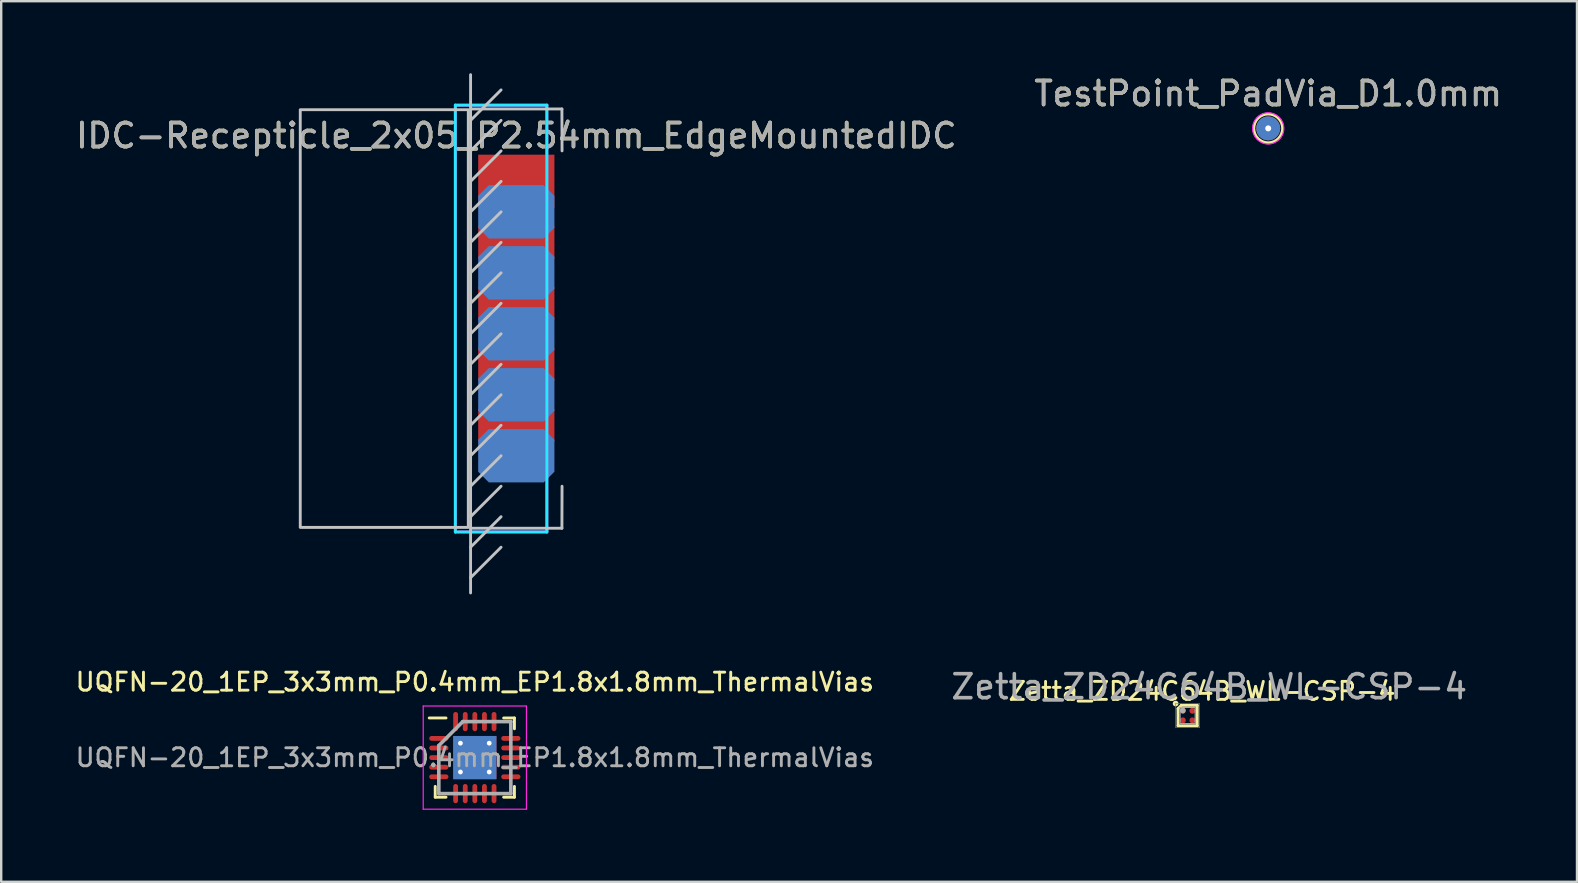
<source format=kicad_pcb>
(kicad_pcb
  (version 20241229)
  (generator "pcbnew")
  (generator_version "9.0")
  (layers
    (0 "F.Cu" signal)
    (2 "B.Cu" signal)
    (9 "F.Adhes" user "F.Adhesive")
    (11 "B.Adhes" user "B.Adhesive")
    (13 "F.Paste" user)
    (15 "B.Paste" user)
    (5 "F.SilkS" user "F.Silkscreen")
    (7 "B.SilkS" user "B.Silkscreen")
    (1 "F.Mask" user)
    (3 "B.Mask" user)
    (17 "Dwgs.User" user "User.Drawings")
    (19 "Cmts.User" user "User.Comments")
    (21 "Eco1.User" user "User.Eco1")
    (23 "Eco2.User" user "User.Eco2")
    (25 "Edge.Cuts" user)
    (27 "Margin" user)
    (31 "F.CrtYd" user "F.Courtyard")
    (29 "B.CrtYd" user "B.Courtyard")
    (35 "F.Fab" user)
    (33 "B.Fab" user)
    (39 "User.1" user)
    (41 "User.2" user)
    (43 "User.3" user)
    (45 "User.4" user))
  (footprint "Zetta_ZD24C64B_WL-CSP-4"
    (layer "F.Cu")
    (at 46.223 26.558)
    (property "Reference" "Zetta_ZD24C64B_WL-CSP-4" (at 0.8 -0.815 0) (unlocked yes) (layer "F.SilkS") (effects (font (size 0.75 0.75) (thickness 0.12))))
    (attr smd)
    (fp_line (start -0.2 -0.09) (end -0.2 0.625) (stroke (width 0.12) (type solid)) (layer "F.SilkS"))
    (fp_line (start -0.2 -0.09) (end -0.065 -0.225) (stroke (width 0.12) (type solid)) (layer "F.SilkS"))
    (fp_line (start -0.2 0.625) (end 0.6 0.625) (stroke (width 0.12) (type solid)) (layer "F.SilkS"))
    (fp_line (start 0.6 -0.225) (end -0.065 -0.225) (stroke (width 0.12) (type solid)) (layer "F.SilkS"))
    (fp_line (start 0.6 0.625) (end 0.6 -0.225) (stroke (width 0.12) (type solid)) (layer "F.SilkS"))
    (fp_circle (center -0.3 -0.3) (end -0.18 -0.3) (stroke (width 0) (type solid)) (fill yes) (layer "F.SilkS"))
    (fp_line (start -0.3 -0.3) (end -0.3 0.7) (stroke (width 0.025) (type solid)) (layer "F.CrtYd"))
    (fp_line (start -0.3 0.7) (end 0.7 0.7) (stroke (width 0.025) (type solid)) (layer "F.CrtYd"))
    (fp_line (start 0.7 -0.3) (end -0.3 -0.3) (stroke (width 0.025) (type solid)) (layer "F.CrtYd"))
    (fp_line (start 0.7 0.7) (end 0.7 -0.3) (stroke (width 0.025) (type solid)) (layer "F.CrtYd"))
    (fp_line (start -0.116 -0.139) (end -0.116 0.539) (stroke (width 0.05) (type solid)) (layer "F.Fab"))
    (fp_line (start -0.116 -0.139) (end 0.516 -0.139) (stroke (width 0.05) (type solid)) (layer "F.Fab"))
    (fp_line (start -0.116 0.539) (end 0.516 0.539) (stroke (width 0.05) (type solid)) (layer "F.Fab"))
    (fp_line (start 0.516 -0.139) (end 0.516 0.539) (stroke (width 0.05) (type solid)) (layer "F.Fab"))
    (fp_circle (center 0 -0.01) (end 0.000001 -0.01) (stroke (width 0.12) (type solid)) (fill no) (layer "F.Fab"))
    (fp_text user "${REFERENCE}" (at 1.1 -1 0) (unlocked yes) (layer "F.Fab") (effects (font (size 1 1) (thickness 0.15))))
    (pad "A1" smd circle (at 0 0) (size 0.25 0.25) (layers "F.Cu" "F.Mask" "F.Paste"))
    (pad "A2" smd circle (at 0.4 0) (size 0.25 0.25) (layers "F.Cu" "F.Mask" "F.Paste"))
    (pad "B1" smd circle (at 0 0.4) (size 0.25 0.25) (layers "F.Cu" "F.Mask" "F.Paste"))
    (pad "B2" smd circle (at 0.4 0.4) (size 0.25 0.25) (layers "F.Cu" "F.Mask" "F.Paste")))
  (footprint "UQFN-20_1EP_3x3mm_P0.4mm_EP1.8x1.8mm_ThermalVias"
    (layer "F.Cu")
    (at 16.73 28.509)
    (property "Reference" "UQFN-20_1EP_3x3mm_P0.4mm_EP1.8x1.8mm_ThermalVias" (at 0 -3.15 0) (layer "F.SilkS") (effects (font (size 0.75 0.75) (thickness 0.12))))
    (attr smd)
    (fp_line (start -1.65 1.65) (end -1.65 1.2) (stroke (width 0.12) (type solid)) (layer "F.SilkS"))
    (fp_line (start -1.2 -1.65) (end -1.9 -1.65) (stroke (width 0.12) (type solid)) (layer "F.SilkS"))
    (fp_line (start -1.2 1.65) (end -1.65 1.65) (stroke (width 0.12) (type solid)) (layer "F.SilkS"))
    (fp_line (start 1.2 -1.65) (end 1.65 -1.65) (stroke (width 0.12) (type solid)) (layer "F.SilkS"))
    (fp_line (start 1.2 1.65) (end 1.65 1.65) (stroke (width 0.12) (type solid)) (layer "F.SilkS"))
    (fp_line (start 1.65 -1.65) (end 1.65 -1.2) (stroke (width 0.12) (type solid)) (layer "F.SilkS"))
    (fp_line (start 1.65 1.65) (end 1.65 1.2) (stroke (width 0.12) (type solid)) (layer "F.SilkS"))
    (fp_line (start -2.15 -2.15) (end 2.15 -2.15) (stroke (width 0.05) (type solid)) (layer "F.CrtYd"))
    (fp_line (start -2.15 2.15) (end -2.15 -2.15) (stroke (width 0.05) (type solid)) (layer "F.CrtYd"))
    (fp_line (start 2.15 -2.15) (end 2.15 2.15) (stroke (width 0.05) (type solid)) (layer "F.CrtYd"))
    (fp_line (start 2.15 2.15) (end -2.15 2.15) (stroke (width 0.05) (type solid)) (layer "F.CrtYd"))
    (fp_line (start -1.5 -0.5) (end -1.5 1.5) (stroke (width 0.15) (type solid)) (layer "F.Fab"))
    (fp_line (start -1.5 1.5) (end 1.5 1.5) (stroke (width 0.15) (type solid)) (layer "F.Fab"))
    (fp_line (start -0.5 -1.5) (end -1.5 -0.5) (stroke (width 0.15) (type solid)) (layer "F.Fab"))
    (fp_line (start 1.5 -1.5) (end -0.5 -1.5) (stroke (width 0.15) (type solid)) (layer "F.Fab"))
    (fp_line (start 1.5 1.5) (end 1.5 -1.5) (stroke (width 0.15) (type solid)) (layer "F.Fab"))
    (fp_text user "${REFERENCE}" (at 0 0 0) (layer "F.Fab") (effects (font (size 0.75 0.75) (thickness 0.12))))
    (pad "1" smd oval (at -1.5 -0.8 90) (size 0.2 0.8) (layers "F.Cu" "F.Mask" "F.Paste"))
    (pad "2" smd oval (at -1.5 -0.4 90) (size 0.2 0.8) (layers "F.Cu" "F.Mask" "F.Paste"))
    (pad "3" smd oval (at -1.5 0 90) (size 0.2 0.8) (layers "F.Cu" "F.Mask" "F.Paste"))
    (pad "4" smd oval (at -1.5 0.4 90) (size 0.2 0.8) (layers "F.Cu" "F.Mask" "F.Paste"))
    (pad "5" smd oval (at -1.5 0.8 90) (size 0.2 0.8) (layers "F.Cu" "F.Mask" "F.Paste"))
    (pad "6" smd oval (at -0.8 1.5) (size 0.2 0.8) (layers "F.Cu" "F.Mask" "F.Paste"))
    (pad "7" smd oval (at -0.4 1.5) (size 0.2 0.8) (layers "F.Cu" "F.Mask" "F.Paste"))
    (pad "8" smd oval (at 0 1.5) (size 0.2 0.8) (layers "F.Cu" "F.Mask" "F.Paste"))
    (pad "9" smd oval (at 0.4 1.5) (size 0.2 0.8) (layers "F.Cu" "F.Mask" "F.Paste"))
    (pad "10" smd oval (at 0.8 1.5) (size 0.2 0.8) (layers "F.Cu" "F.Mask" "F.Paste"))
    (pad "11" smd oval (at 1.5 0.8 90) (size 0.2 0.8) (layers "F.Cu" "F.Mask" "F.Paste"))
    (pad "12" smd oval (at 1.5 0.4 90) (size 0.2 0.8) (layers "F.Cu" "F.Mask" "F.Paste"))
    (pad "13" smd oval (at 1.5 0 90) (size 0.2 0.8) (layers "F.Cu" "F.Mask" "F.Paste"))
    (pad "14" smd oval (at 1.5 -0.4 90) (size 0.2 0.8) (layers "F.Cu" "F.Mask" "F.Paste"))
    (pad "15" smd oval (at 1.5 -0.8 90) (size 0.2 0.8) (layers "F.Cu" "F.Mask" "F.Paste"))
    (pad "16" smd oval (at 0.8 -1.5) (size 0.2 0.8) (layers "F.Cu" "F.Mask" "F.Paste"))
    (pad "17" smd oval (at 0.4 -1.5) (size 0.2 0.8) (layers "F.Cu" "F.Mask" "F.Paste"))
    (pad "18" smd oval (at 0 -1.5) (size 0.2 0.8) (layers "F.Cu" "F.Mask" "F.Paste"))
    (pad "19" smd oval (at -0.4 -1.5) (size 0.2 0.8) (layers "F.Cu" "F.Mask" "F.Paste"))
    (pad "20" smd oval (at -0.8 -1.5) (size 0.2 0.8) (layers "F.Cu" "F.Mask" "F.Paste"))
    (pad "21" thru_hole circle (at -0.6 -0.6) (size 0.45 0.45) (drill 0.2) (layers "*.Cu" "F.Mask"))
    (pad "21" thru_hole circle (at -0.6 0.6) (size 0.45 0.45) (drill 0.2) (layers "*.Cu" "F.Mask"))
    (pad "21" smd rect (at 0 0) (size 1.8 1.8) (layers "F.Cu" "F.Mask" "F.Paste"))
    (pad "21" smd rect (at 0 0) (size 1.8 1.8) (layers "B.Cu"))
    (pad "21" thru_hole circle (at 0.6 -0.6) (size 0.45 0.45) (drill 0.2) (layers "*.Cu" "F.Mask"))
    (pad "21" thru_hole circle (at 0.6 0.6) (size 0.45 0.45) (drill 0.2) (layers "*.Cu" "F.Mask")))
  (footprint "TestPoint_PadVia_D1.0mm"
    (layer "F.Cu")
    (at 49.78 2.298)
    (property "Reference" "TestPoint_PadVia_D1.0mm" (at 0 -1.448 0) (layer "F.SilkS") (effects (font (size 1 1) (thickness 0.15))))
    (attr exclude_from_pos_files exclude_from_bom)
    (fp_circle (center 0 0) (end 0.6 0) (stroke (width 0.12) (type solid)) (fill no) (layer "F.SilkS"))
    (fp_circle (center 0 0) (end 0.65 0) (stroke (width 0.05) (type solid)) (fill no) (layer "F.CrtYd"))
    (fp_text user "${REFERENCE}" (at 0 -1.45 0) (layer "F.Fab") (effects (font (size 1 1) (thickness 0.15))))
    (pad "1" thru_hole circle (at 0 0) (size 1 1) (drill 0.25) (layers "*.Cu" "F.Mask") (remove_unused_layers yes) (keep_end_layers yes) (zone_layer_connections)))
  (footprint "IDC-Recepticle_2x05_P2.54mm_EdgeMountedIDC"
    (layer "F.Cu")
    (at 16.553 10.855)
    (property "Reference" "IDC-Recepticle_2x05_P2.54mm_EdgeMountedIDC" (at 1.905 -8.255 0) (unlocked yes) (layer "F.SilkS") (effects (font (size 1 1) (thickness 0.15))))
    (fp_line (start 0 -10.795) (end 0 10.795) (stroke (width 0.12) (type solid)) (layer "Dwgs.User"))
    (fp_line (start 0 -8.89) (end 1.27 -10.16) (stroke (width 0.12) (type solid)) (layer "Dwgs.User"))
    (fp_line (start 0 -7.62) (end 1.27 -8.89) (stroke (width 0.12) (type solid)) (layer "Dwgs.User"))
    (fp_line (start 0 -6.35) (end 1.27 -7.62) (stroke (width 0.12) (type solid)) (layer "Dwgs.User"))
    (fp_line (start 0 -5.08) (end 1.27 -6.35) (stroke (width 0.12) (type solid)) (layer "Dwgs.User"))
    (fp_line (start 0 -3.81) (end 1.27 -5.08) (stroke (width 0.12) (type solid)) (layer "Dwgs.User"))
    (fp_line (start 0 -2.54) (end 1.27 -3.81) (stroke (width 0.12) (type solid)) (layer "Dwgs.User"))
    (fp_line (start 0 -1.27) (end 1.27 -2.54) (stroke (width 0.12) (type solid)) (layer "Dwgs.User"))
    (fp_line (start 0 0) (end 1.27 -1.27) (stroke (width 0.12) (type solid)) (layer "Dwgs.User"))
    (fp_line (start 0 1.27) (end 1.27 0) (stroke (width 0.12) (type solid)) (layer "Dwgs.User"))
    (fp_line (start 0 2.54) (end 1.27 1.27) (stroke (width 0.12) (type solid)) (layer "Dwgs.User"))
    (fp_line (start 0 3.81) (end 1.27 2.54) (stroke (width 0.12) (type solid)) (layer "Dwgs.User"))
    (fp_line (start 0 5.08) (end 1.27 3.81) (stroke (width 0.12) (type solid)) (layer "Dwgs.User"))
    (fp_line (start 0 6.35) (end 1.27 5.08) (stroke (width 0.12) (type solid)) (layer "Dwgs.User"))
    (fp_line (start 0 7.62) (end 1.27 6.35) (stroke (width 0.12) (type solid)) (layer "Dwgs.User"))
    (fp_line (start 0 8.89) (end 1.27 7.62) (stroke (width 0.12) (type solid)) (layer "Dwgs.User"))
    (fp_line (start 0 10.16) (end 1.27 8.89) (stroke (width 0.12) (type solid)) (layer "Dwgs.User"))
    (fp_line (start 0.005 -9.365) (end 3.805 -9.365) (stroke (width 0.12) (type solid)) (layer "Dwgs.User"))
    (fp_line (start 3.805 -9.365) (end 3.81 -7.62) (stroke (width 0.12) (type solid)) (layer "Dwgs.User"))
    (fp_line (start 3.805 8.1) (end 0.005 8.1) (stroke (width 0.12) (type solid)) (layer "Dwgs.User"))
    (fp_line (start 3.805 8.1) (end 3.81 6.35) (stroke (width 0.12) (type solid)) (layer "Dwgs.User"))
    (fp_rect (start -0.095 -9.335) (end -7.095 8.065) (stroke (width 0.12) (type solid)) (fill no) (layer "Dwgs.User"))
    (fp_line (start -0.635 -9.525) (end -0.635 8.255) (stroke (width 0.12) (type solid)) (layer "B.CrtYd"))
    (fp_line (start -0.635 8.255) (end 3.18 8.255) (stroke (width 0.12) (type solid)) (layer "B.CrtYd"))
    (fp_line (start 3.18 -9.525) (end -0.635 -9.525) (stroke (width 0.12) (type solid)) (layer "B.CrtYd"))
    (fp_line (start 3.18 8.255) (end 3.18 -9.525) (stroke (width 0.12) (type solid)) (layer "B.CrtYd"))
    (fp_line (start -0.635 -9.525) (end -0.635 8.255) (stroke (width 0.12) (type solid)) (layer "F.CrtYd"))
    (fp_line (start -0.635 8.255) (end 3.175 8.255) (stroke (width 0.12) (type solid)) (layer "F.CrtYd"))
    (fp_line (start 3.175 -9.525) (end -0.635 -9.525) (stroke (width 0.12) (type solid)) (layer "F.CrtYd"))
    (fp_line (start 3.175 8.255) (end 3.175 -9.525) (stroke (width 0.12) (type solid)) (layer "F.CrtYd"))
    (fp_text user "${REFERENCE}" (at 1.905 -8.255 0) (unlocked yes) (layer "F.Fab") (effects (font (size 1 1) (thickness 0.15))))
    (pad "1" connect rect (at 1.905 -6.35) (size 3.175 2.223) (layers "F.Cu" "F.Mask"))
    (pad "2" connect roundrect (at 1.905 -5.08) (size 3.175 2.223) (layers "B.Cu" "B.Mask") (roundrect_rratio 0) (chamfer_ratio 0.2) (chamfer top_left top_right bottom_left bottom_right))
    (pad "3" connect roundrect (at 1.905 -3.81) (size 3.175 2.223) (layers "F.Cu" "F.Mask") (roundrect_rratio 0) (chamfer_ratio 0.2) (chamfer top_left top_right bottom_left bottom_right))
    (pad "4" connect roundrect (at 1.905 -2.54) (size 3.175 2.223) (layers "B.Cu" "B.Mask") (roundrect_rratio 0) (chamfer_ratio 0.2) (chamfer top_left top_right bottom_left bottom_right))
    (pad "5" connect roundrect (at 1.905 -1.27) (size 3.175 2.223) (layers "F.Cu" "F.Mask") (roundrect_rratio 0) (chamfer_ratio 0.2) (chamfer top_left top_right bottom_left bottom_right))
    (pad "6" connect roundrect (at 1.905 0) (size 3.175 2.223) (layers "B.Cu" "B.Mask") (roundrect_rratio 0) (chamfer_ratio 0.2) (chamfer top_left top_right bottom_left bottom_right))
    (pad "7" connect roundrect (at 1.905 1.27) (size 3.175 2.223) (layers "F.Cu" "F.Mask") (roundrect_rratio 0) (chamfer_ratio 0.2) (chamfer top_left top_right bottom_left bottom_right))
    (pad "8" connect roundrect (at 1.905 2.54) (size 3.175 2.223) (layers "B.Cu" "B.Mask") (roundrect_rratio 0) (chamfer_ratio 0.2) (chamfer top_left top_right bottom_left bottom_right))
    (pad "9" connect roundrect (at 1.905 3.81) (size 3.175 2.223) (layers "F.Cu" "F.Mask") (roundrect_rratio 0) (chamfer_ratio 0.2) (chamfer top_left top_right bottom_left bottom_right))
    (pad "10" connect roundrect (at 1.905 5.08) (size 3.175 2.223) (layers "B.Cu" "B.Mask") (roundrect_rratio 0) (chamfer_ratio 0.2) (chamfer top_left top_right bottom_left bottom_right)))
  (gr_rect
    (start -3 -3)
    (end 62.643 33.684)
    (stroke (width 0.1) (type default))
    (fill no)
    (layer "Edge.Cuts")))
</source>
